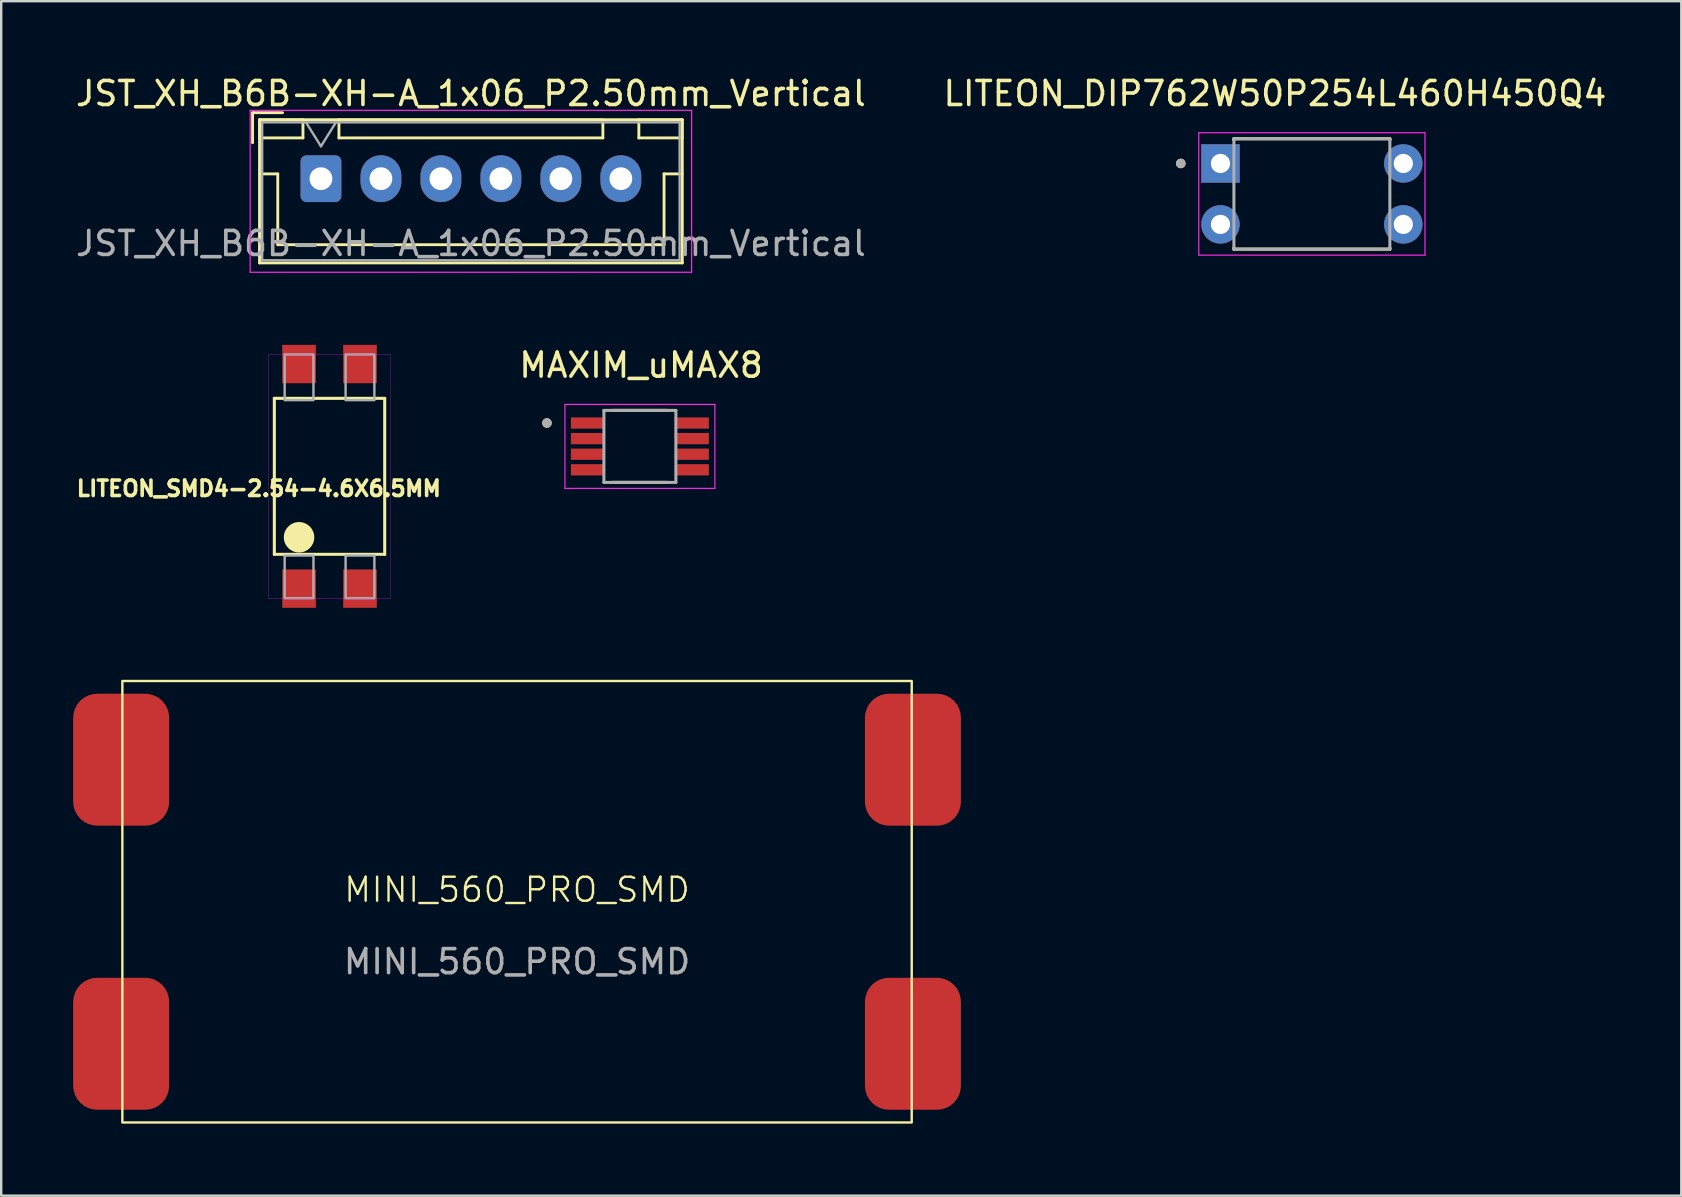
<source format=kicad_pcb>
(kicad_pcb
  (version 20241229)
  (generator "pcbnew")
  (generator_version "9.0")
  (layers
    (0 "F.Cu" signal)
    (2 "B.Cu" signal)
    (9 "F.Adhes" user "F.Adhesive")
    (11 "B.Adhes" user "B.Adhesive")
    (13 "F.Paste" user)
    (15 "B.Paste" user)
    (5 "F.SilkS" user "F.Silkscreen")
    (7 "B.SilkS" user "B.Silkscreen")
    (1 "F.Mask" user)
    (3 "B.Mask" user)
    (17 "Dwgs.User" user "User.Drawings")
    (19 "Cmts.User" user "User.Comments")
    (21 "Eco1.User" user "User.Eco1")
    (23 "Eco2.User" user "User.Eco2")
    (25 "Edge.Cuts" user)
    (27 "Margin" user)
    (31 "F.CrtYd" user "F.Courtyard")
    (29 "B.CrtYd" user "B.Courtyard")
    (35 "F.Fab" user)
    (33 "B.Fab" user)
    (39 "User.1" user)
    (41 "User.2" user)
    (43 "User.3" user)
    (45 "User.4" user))
  (footprint "MAXIM_uMAX8"
    (layer "F.Cu")
    (at 23.62 15.556)
    (property "Reference" "MAXIM_uMAX8" (at 0.05 -3.385 0) (layer "F.SilkS") (effects (font (size 1 1) (thickness 0.15))))
    (attr smd)
    (fp_line (start -1.135 -1.5) (end 1.135 -1.5) (stroke (width 0.127) (type solid)) (layer "F.SilkS"))
    (fp_line (start -1.135 1.5) (end 1.135 1.5) (stroke (width 0.127) (type solid)) (layer "F.SilkS"))
    (fp_circle (center -3.875 -0.975) (end -3.775 -0.975) (stroke (width 0.2) (type solid)) (fill no) (layer "F.SilkS"))
    (fp_line (start -3.125 -1.75) (end -3.125 1.75) (stroke (width 0.05) (type solid)) (layer "F.CrtYd"))
    (fp_line (start -3.125 1.75) (end 3.125 1.75) (stroke (width 0.05) (type solid)) (layer "F.CrtYd"))
    (fp_line (start 3.125 -1.75) (end -3.125 -1.75) (stroke (width 0.05) (type solid)) (layer "F.CrtYd"))
    (fp_line (start 3.125 1.75) (end 3.125 -1.75) (stroke (width 0.05) (type solid)) (layer "F.CrtYd"))
    (fp_line (start -1.5 -1.5) (end -1.5 1.5) (stroke (width 0.127) (type solid)) (layer "F.Fab"))
    (fp_line (start -1.5 1.5) (end 1.5 1.5) (stroke (width 0.127) (type solid)) (layer "F.Fab"))
    (fp_line (start 1.5 -1.5) (end -1.5 -1.5) (stroke (width 0.127) (type solid)) (layer "F.Fab"))
    (fp_line (start 1.5 1.5) (end 1.5 -1.5) (stroke (width 0.127) (type solid)) (layer "F.Fab"))
    (fp_circle (center -3.875 -0.975) (end -3.775 -0.975) (stroke (width 0.2) (type solid)) (fill no) (layer "F.Fab"))
    (pad "1" smd rect (at -2.165 -0.975) (size 1.42 0.47) (layers "F.Cu" "F.Mask" "F.Paste"))
    (pad "2" smd rect (at -2.165 -0.325) (size 1.42 0.47) (layers "F.Cu" "F.Mask" "F.Paste"))
    (pad "3" smd rect (at -2.165 0.325) (size 1.42 0.47) (layers "F.Cu" "F.Mask" "F.Paste"))
    (pad "4" smd rect (at -2.165 0.975) (size 1.42 0.47) (layers "F.Cu" "F.Mask" "F.Paste"))
    (pad "5" smd rect (at 2.165 0.975) (size 1.42 0.47) (layers "F.Cu" "F.Mask" "F.Paste"))
    (pad "6" smd rect (at 2.165 0.325) (size 1.42 0.47) (layers "F.Cu" "F.Mask" "F.Paste"))
    (pad "7" smd rect (at 2.165 -0.325) (size 1.42 0.47) (layers "F.Cu" "F.Mask" "F.Paste"))
    (pad "8" smd rect (at 2.165 -0.975) (size 1.42 0.47) (layers "F.Cu" "F.Mask" "F.Paste")))
  (footprint "MINI_560_PRO_SMD"
    (layer "F.Cu")
    (at 18.5 34.533)
    (property "Reference" "MINI_560_PRO_SMD" (at 0 -0.5 0) (unlocked yes) (layer "F.SilkS") (effects (font (size 1 1) (thickness 0.1))))
    (attr smd)
    (fp_rect (start -16.45 -9.2) (end 16.45 9.2) (stroke (width 0.1) (type default)) (fill no) (layer "F.SilkS"))
    (fp_text user "${REFERENCE}" (at 0 2.5 0) (unlocked yes) (layer "F.Fab") (effects (font (size 1 1) (thickness 0.15))))
    (pad "1" smd roundrect (at -16.5 -5.92) (size 4 5.5) (layers "F.Cu" "F.Mask" "F.Paste") (roundrect_rratio 0.25))
    (pad "3" smd roundrect (at -16.5 5.92) (size 4 5.5) (layers "F.Cu" "F.Mask" "F.Paste") (roundrect_rratio 0.25))
    (pad "5" smd roundrect (at 16.5 -5.92) (size 4 5.5) (layers "F.Cu" "F.Mask" "F.Paste") (roundrect_rratio 0.25))
    (pad "7" smd roundrect (at 16.5 5.92) (size 4 5.5) (layers "F.Cu" "F.Mask" "F.Paste") (roundrect_rratio 0.25)))
  (footprint "LITEON_SMD4-2.54-4.6X6.5MM"
    (layer "F.Cu")
    (at 10.684 16.803)
    (property "Reference" "LITEON_SMD4-2.54-4.6X6.5MM" (at -2.947 0.508 180) (layer "F.SilkS") (effects (font (size 0.64 0.64) (thickness 0.15))))
    (attr smd)
    (fp_line (start -2.3 -3.25) (end 2.3 -3.25) (stroke (width 0.127) (type solid)) (layer "F.SilkS"))
    (fp_line (start -2.3 3.25) (end -2.3 -3.25) (stroke (width 0.127) (type solid)) (layer "F.SilkS"))
    (fp_line (start 2.3 -3.25) (end 2.3 3.25) (stroke (width 0.127) (type solid)) (layer "F.SilkS"))
    (fp_line (start 2.3 3.25) (end -2.3 3.25) (stroke (width 0.127) (type solid)) (layer "F.SilkS"))
    (fp_circle (center -1.27 2.54) (end -0.635 2.54) (stroke (width 0) (type solid)) (fill yes) (layer "F.SilkS"))
    (fp_poly (pts (xy -2.545 -5.08) (xy 2.54 -5.08) (xy 2.54 5.09) (xy -2.545 5.09)) (stroke (width 0.01) (type solid)) (fill no) (layer "F.CrtYd"))
    (fp_poly (pts (xy -1.87 -5.08) (xy -0.67 -5.08) (xy -0.67 -3.175) (xy -1.87 -3.175)) (stroke (width 0.1) (type solid)) (fill no) (layer "F.Fab"))
    (fp_poly (pts (xy -1.87 3.3) (xy -0.67 3.3) (xy -0.67 5.08) (xy -1.87 5.08)) (stroke (width 0.1) (type solid)) (fill no) (layer "F.Fab"))
    (fp_poly (pts (xy 0.67 -5.08) (xy 1.87 -5.08) (xy 1.87 -3.175) (xy 0.67 -3.175)) (stroke (width 0.1) (type solid)) (fill no) (layer "F.Fab"))
    (fp_poly (pts (xy 0.67 3.3) (xy 1.87 3.3) (xy 1.87 5.08) (xy 0.67 5.08)) (stroke (width 0.1) (type solid)) (fill no) (layer "F.Fab"))
    (pad "1" smd rect (at -1.27 4.68 90) (size 1.6 1.4) (layers "F.Cu" "F.Mask" "F.Paste"))
    (pad "2" smd rect (at 1.27 4.68 90) (size 1.6 1.4) (layers "F.Cu" "F.Mask" "F.Paste"))
    (pad "3" smd rect (at 1.27 -4.68 90) (size 1.6 1.4) (layers "F.Cu" "F.Mask" "F.Paste"))
    (pad "4" smd rect (at -1.27 -4.68 90) (size 1.6 1.4) (layers "F.Cu" "F.Mask" "F.Paste")))
  (footprint "LITEON_DIP762W50P254L460H450Q4"
    (layer "F.Cu")
    (at 51.628 5.033)
    (property "Reference" "LITEON_DIP762W50P254L460H450Q4" (at -1.539 -4.185 0) (layer "F.SilkS") (effects (font (size 1 1) (thickness 0.15))))
    (attr through_hole)
    (fp_line (start -3.25 -2.3) (end 3.25 -2.3) (stroke (width 0.127) (type solid)) (layer "F.SilkS"))
    (fp_line (start -3.25 -2.244) (end -3.25 -2.3) (stroke (width 0.127) (type solid)) (layer "F.SilkS"))
    (fp_line (start -3.25 2.3) (end -3.25 2.244) (stroke (width 0.127) (type solid)) (layer "F.SilkS"))
    (fp_line (start 3.25 -2.3) (end 3.25 -2.244) (stroke (width 0.127) (type solid)) (layer "F.SilkS"))
    (fp_line (start 3.25 2.3) (end -3.25 2.3) (stroke (width 0.127) (type solid)) (layer "F.SilkS"))
    (fp_line (start 3.25 2.3) (end 3.25 2.244) (stroke (width 0.127) (type solid)) (layer "F.SilkS"))
    (fp_circle (center -5.464 -1.27) (end -5.364 -1.27) (stroke (width 0.2) (type solid)) (fill no) (layer "F.SilkS"))
    (fp_line (start -4.714 -2.55) (end -4.714 2.55) (stroke (width 0.05) (type solid)) (layer "F.CrtYd"))
    (fp_line (start -4.714 2.55) (end 4.714 2.55) (stroke (width 0.05) (type solid)) (layer "F.CrtYd"))
    (fp_line (start 4.714 -2.55) (end -4.714 -2.55) (stroke (width 0.05) (type solid)) (layer "F.CrtYd"))
    (fp_line (start 4.714 2.55) (end 4.714 -2.55) (stroke (width 0.05) (type solid)) (layer "F.CrtYd"))
    (fp_line (start -3.25 -2.3) (end 3.25 -2.3) (stroke (width 0.127) (type solid)) (layer "F.Fab"))
    (fp_line (start -3.25 2.3) (end -3.25 -2.3) (stroke (width 0.127) (type solid)) (layer "F.Fab"))
    (fp_line (start 3.25 -2.3) (end 3.25 2.3) (stroke (width 0.127) (type solid)) (layer "F.Fab"))
    (fp_line (start 3.25 2.3) (end -3.25 2.3) (stroke (width 0.127) (type solid)) (layer "F.Fab"))
    (fp_circle (center -5.464 -1.27) (end -5.364 -1.27) (stroke (width 0.2) (type solid)) (fill no) (layer "F.Fab"))
    (pad "1" thru_hole rect (at -3.81 -1.27) (size 1.6 1.6) (drill 0.8) (layers "*.Cu" "*.Mask"))
    (pad "2" thru_hole circle (at -3.81 1.27) (size 1.6 1.6) (drill 0.8) (layers "*.Cu" "*.Mask"))
    (pad "3" thru_hole circle (at 3.81 1.27) (size 1.6 1.6) (drill 0.8) (layers "*.Cu" "*.Mask"))
    (pad "4" thru_hole circle (at 3.81 -1.27) (size 1.6 1.6) (drill 0.8) (layers "*.Cu" "*.Mask")))
  (footprint "JST_XH_B6B-XH-A_1x06_P2.50mm_Vertical"
    (layer "F.Cu")
    (at 10.327 4.398)
    (property "Reference" "JST_XH_B6B-XH-A_1x06_P2.50mm_Vertical" (at 6.25 -3.55 0) (layer "F.SilkS") (effects (font (size 1 1) (thickness 0.15))))
    (attr through_hole)
    (fp_line (start -2.85 -2.75) (end -2.85 -1.5) (stroke (width 0.12) (type solid)) (layer "F.SilkS"))
    (fp_line (start -2.56 -2.46) (end -2.56 3.51) (stroke (width 0.12) (type solid)) (layer "F.SilkS"))
    (fp_line (start -2.56 3.51) (end 15.06 3.51) (stroke (width 0.12) (type solid)) (layer "F.SilkS"))
    (fp_line (start -2.55 -2.45) (end -2.55 -1.7) (stroke (width 0.12) (type solid)) (layer "F.SilkS"))
    (fp_line (start -2.55 -1.7) (end -0.75 -1.7) (stroke (width 0.12) (type solid)) (layer "F.SilkS"))
    (fp_line (start -2.55 -0.2) (end -1.8 -0.2) (stroke (width 0.12) (type solid)) (layer "F.SilkS"))
    (fp_line (start -1.8 -0.2) (end -1.8 2.75) (stroke (width 0.12) (type solid)) (layer "F.SilkS"))
    (fp_line (start -1.8 2.75) (end 6.25 2.75) (stroke (width 0.12) (type solid)) (layer "F.SilkS"))
    (fp_line (start -1.6 -2.75) (end -2.85 -2.75) (stroke (width 0.12) (type solid)) (layer "F.SilkS"))
    (fp_line (start -0.75 -2.45) (end -2.55 -2.45) (stroke (width 0.12) (type solid)) (layer "F.SilkS"))
    (fp_line (start -0.75 -1.7) (end -0.75 -2.45) (stroke (width 0.12) (type solid)) (layer "F.SilkS"))
    (fp_line (start 0.75 -2.45) (end 0.75 -1.7) (stroke (width 0.12) (type solid)) (layer "F.SilkS"))
    (fp_line (start 0.75 -1.7) (end 11.75 -1.7) (stroke (width 0.12) (type solid)) (layer "F.SilkS"))
    (fp_line (start 11.75 -2.45) (end 0.75 -2.45) (stroke (width 0.12) (type solid)) (layer "F.SilkS"))
    (fp_line (start 11.75 -1.7) (end 11.75 -2.45) (stroke (width 0.12) (type solid)) (layer "F.SilkS"))
    (fp_line (start 13.25 -2.45) (end 13.25 -1.7) (stroke (width 0.12) (type solid)) (layer "F.SilkS"))
    (fp_line (start 13.25 -1.7) (end 15.05 -1.7) (stroke (width 0.12) (type solid)) (layer "F.SilkS"))
    (fp_line (start 14.3 -0.2) (end 14.3 2.75) (stroke (width 0.12) (type solid)) (layer "F.SilkS"))
    (fp_line (start 14.3 2.75) (end 6.25 2.75) (stroke (width 0.12) (type solid)) (layer "F.SilkS"))
    (fp_line (start 15.05 -2.45) (end 13.25 -2.45) (stroke (width 0.12) (type solid)) (layer "F.SilkS"))
    (fp_line (start 15.05 -1.7) (end 15.05 -2.45) (stroke (width 0.12) (type solid)) (layer "F.SilkS"))
    (fp_line (start 15.05 -0.2) (end 14.3 -0.2) (stroke (width 0.12) (type solid)) (layer "F.SilkS"))
    (fp_line (start 15.06 -2.46) (end -2.56 -2.46) (stroke (width 0.12) (type solid)) (layer "F.SilkS"))
    (fp_line (start 15.06 3.51) (end 15.06 -2.46) (stroke (width 0.12) (type solid)) (layer "F.SilkS"))
    (fp_line (start -2.95 -2.85) (end -2.95 3.9) (stroke (width 0.05) (type solid)) (layer "F.CrtYd"))
    (fp_line (start -2.95 3.9) (end 15.45 3.9) (stroke (width 0.05) (type solid)) (layer "F.CrtYd"))
    (fp_line (start 15.45 -2.85) (end -2.95 -2.85) (stroke (width 0.05) (type solid)) (layer "F.CrtYd"))
    (fp_line (start 15.45 3.9) (end 15.45 -2.85) (stroke (width 0.05) (type solid)) (layer "F.CrtYd"))
    (fp_line (start -2.45 -2.35) (end -2.45 3.4) (stroke (width 0.1) (type solid)) (layer "F.Fab"))
    (fp_line (start -2.45 3.4) (end 14.95 3.4) (stroke (width 0.1) (type solid)) (layer "F.Fab"))
    (fp_line (start -0.625 -2.35) (end 0 -1.35) (stroke (width 0.1) (type solid)) (layer "F.Fab"))
    (fp_line (start 0 -1.35) (end 0.625 -2.35) (stroke (width 0.1) (type solid)) (layer "F.Fab"))
    (fp_line (start 14.95 -2.35) (end -2.45 -2.35) (stroke (width 0.1) (type solid)) (layer "F.Fab"))
    (fp_line (start 14.95 3.4) (end 14.95 -2.35) (stroke (width 0.1) (type solid)) (layer "F.Fab"))
    (fp_text user "${REFERENCE}" (at 6.25 2.7 0) (layer "F.Fab") (effects (font (size 1 1) (thickness 0.15))))
    (pad "1" thru_hole roundrect (at 0 0) (size 1.7 1.95) (drill 0.95) (layers "*.Cu" "*.Mask") (roundrect_rratio 0.147))
    (pad "2" thru_hole oval (at 2.5 0) (size 1.7 1.95) (drill 0.95) (layers "*.Cu" "*.Mask"))
    (pad "3" thru_hole oval (at 5 0) (size 1.7 1.95) (drill 0.95) (layers "*.Cu" "*.Mask"))
    (pad "4" thru_hole oval (at 7.5 0) (size 1.7 1.95) (drill 0.95) (layers "*.Cu" "*.Mask"))
    (pad "5" thru_hole oval (at 10 0) (size 1.7 1.95) (drill 0.95) (layers "*.Cu" "*.Mask"))
    (pad "6" thru_hole oval (at 12.5 0) (size 1.7 1.95) (drill 0.95) (layers "*.Cu" "*.Mask")))
  (gr_rect
    (start -3 -3)
    (end 67.024 46.783)
    (stroke (width 0.1) (type default))
    (fill no)
    (layer "Edge.Cuts")))
</source>
